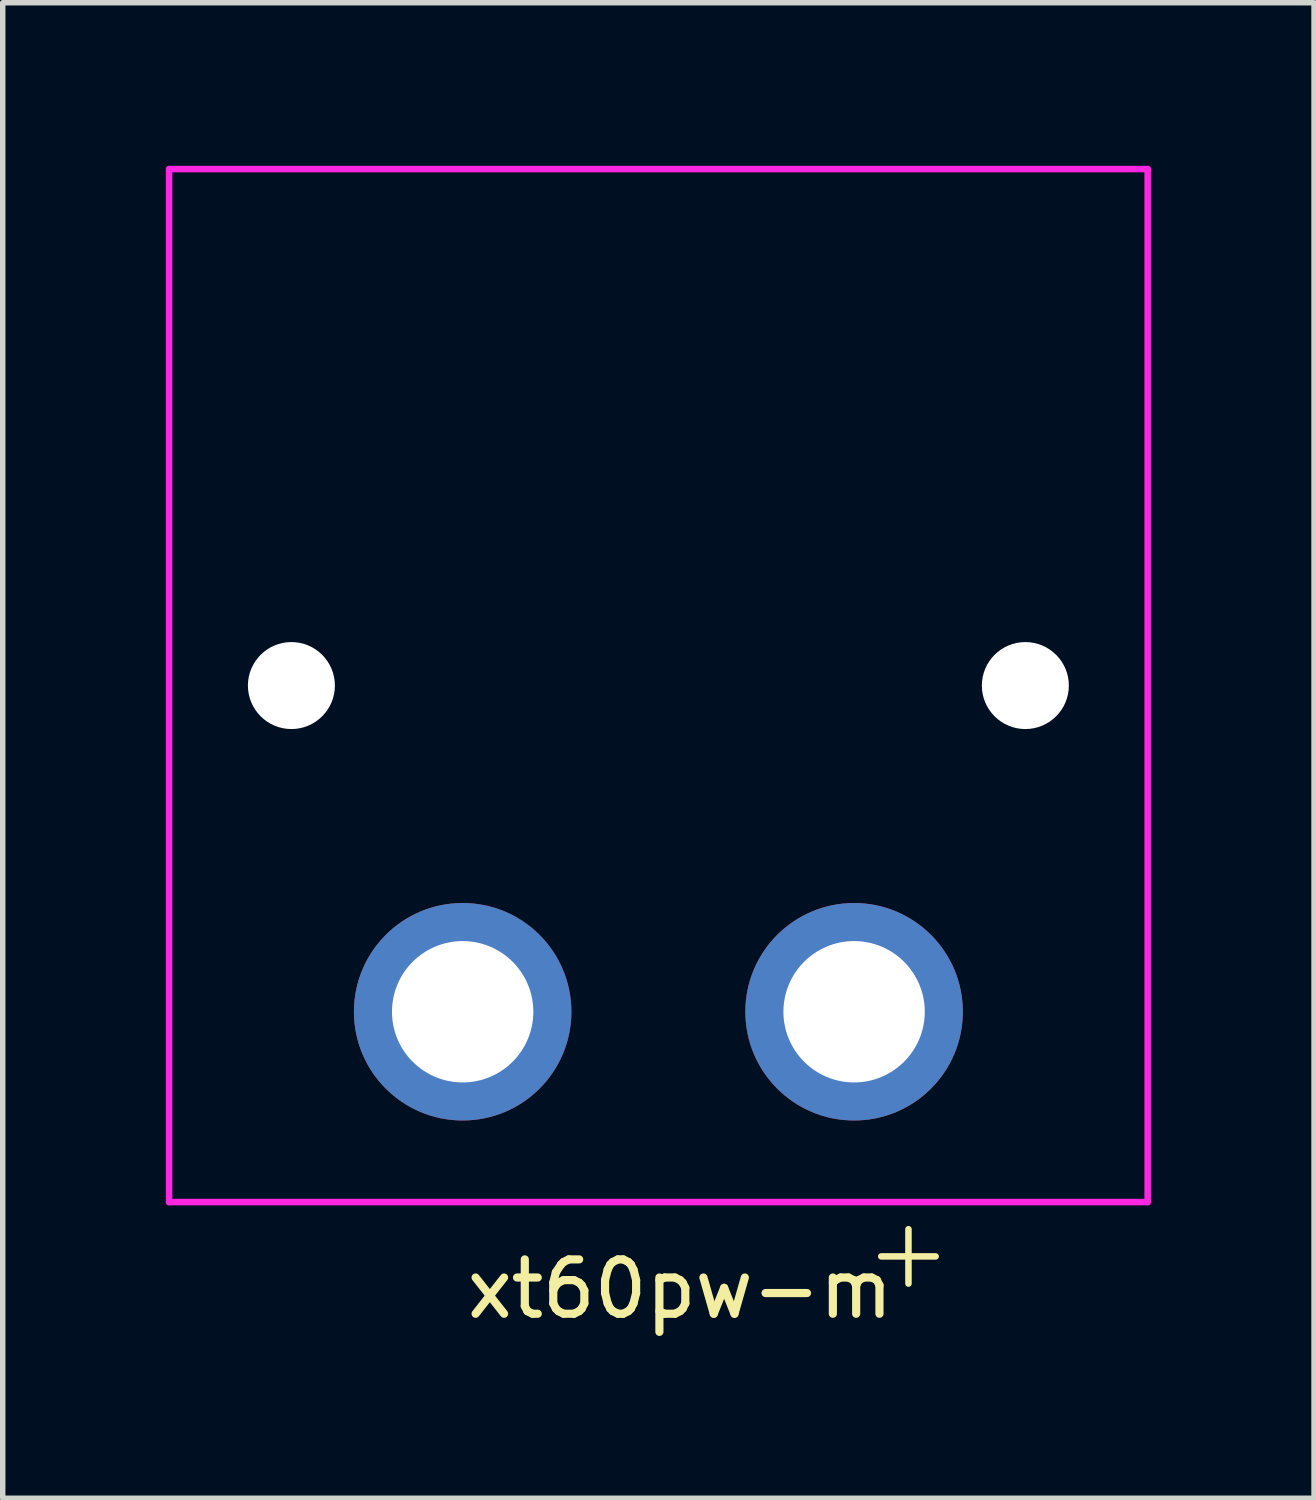
<source format=kicad_pcb>
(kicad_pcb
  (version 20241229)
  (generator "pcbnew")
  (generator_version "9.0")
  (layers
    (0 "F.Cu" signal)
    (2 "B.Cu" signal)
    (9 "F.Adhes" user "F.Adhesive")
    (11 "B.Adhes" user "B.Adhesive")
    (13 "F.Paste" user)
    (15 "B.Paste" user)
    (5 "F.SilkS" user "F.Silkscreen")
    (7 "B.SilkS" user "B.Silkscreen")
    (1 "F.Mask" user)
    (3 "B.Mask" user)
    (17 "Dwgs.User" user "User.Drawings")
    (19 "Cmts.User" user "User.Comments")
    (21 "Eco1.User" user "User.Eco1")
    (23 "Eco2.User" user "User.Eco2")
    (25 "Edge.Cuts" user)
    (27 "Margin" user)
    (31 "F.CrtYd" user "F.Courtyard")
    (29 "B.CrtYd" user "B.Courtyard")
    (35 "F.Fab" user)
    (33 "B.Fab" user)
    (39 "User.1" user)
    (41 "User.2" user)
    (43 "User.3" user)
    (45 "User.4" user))
  (footprint "xt60pw-m"
    (layer "F.Cu")
    (at 9.06 15.56)
    (property "Reference" "xt60pw-m" (at 0.4 5.1 0) (layer "F.SilkS") (effects (font (size 1 1) (thickness 0.15))))
    (attr through_hole)
    (fp_line (start 4.1 4.5) (end 5.1 4.5) (stroke (width 0.12) (type solid)) (layer "F.SilkS"))
    (fp_line (start 4.6 4) (end 4.6 5) (stroke (width 0.12) (type solid)) (layer "F.SilkS"))
    (fp_line (start -9 3.5) (end -9 -15.5) (stroke (width 0.12) (type solid)) (layer "F.CrtYd"))
    (fp_line (start -9 3.5) (end 9 3.5) (stroke (width 0.12) (type solid)) (layer "F.CrtYd"))
    (fp_line (start 9 -15.5) (end -9 -15.5) (stroke (width 0.12) (type solid)) (layer "F.CrtYd"))
    (fp_line (start 9 3.5) (end 9 -15.5) (stroke (width 0.12) (type solid)) (layer "F.CrtYd"))
    (pad "" np_thru_hole circle (at -6.75 -6) (size 1.6 1.6) (drill 1.6) (layers "*.Cu" "*.Mask"))
    (pad "" np_thru_hole circle (at 6.75 -6) (size 1.6 1.6) (drill 1.6) (layers "*.Cu" "*.Mask"))
    (pad "1" thru_hole circle (at -3.6 0) (size 4 4) (drill 2.6) (layers "*.Cu" "*.Mask"))
    (pad "2" thru_hole circle (at 3.6 0) (size 4 4) (drill 2.6) (layers "*.Cu" "*.Mask")))
  (gr_rect
    (start -3 -3)
    (end 21.12 24.508)
    (stroke (width 0.1) (type default))
    (fill no)
    (layer "Edge.Cuts")))
</source>
